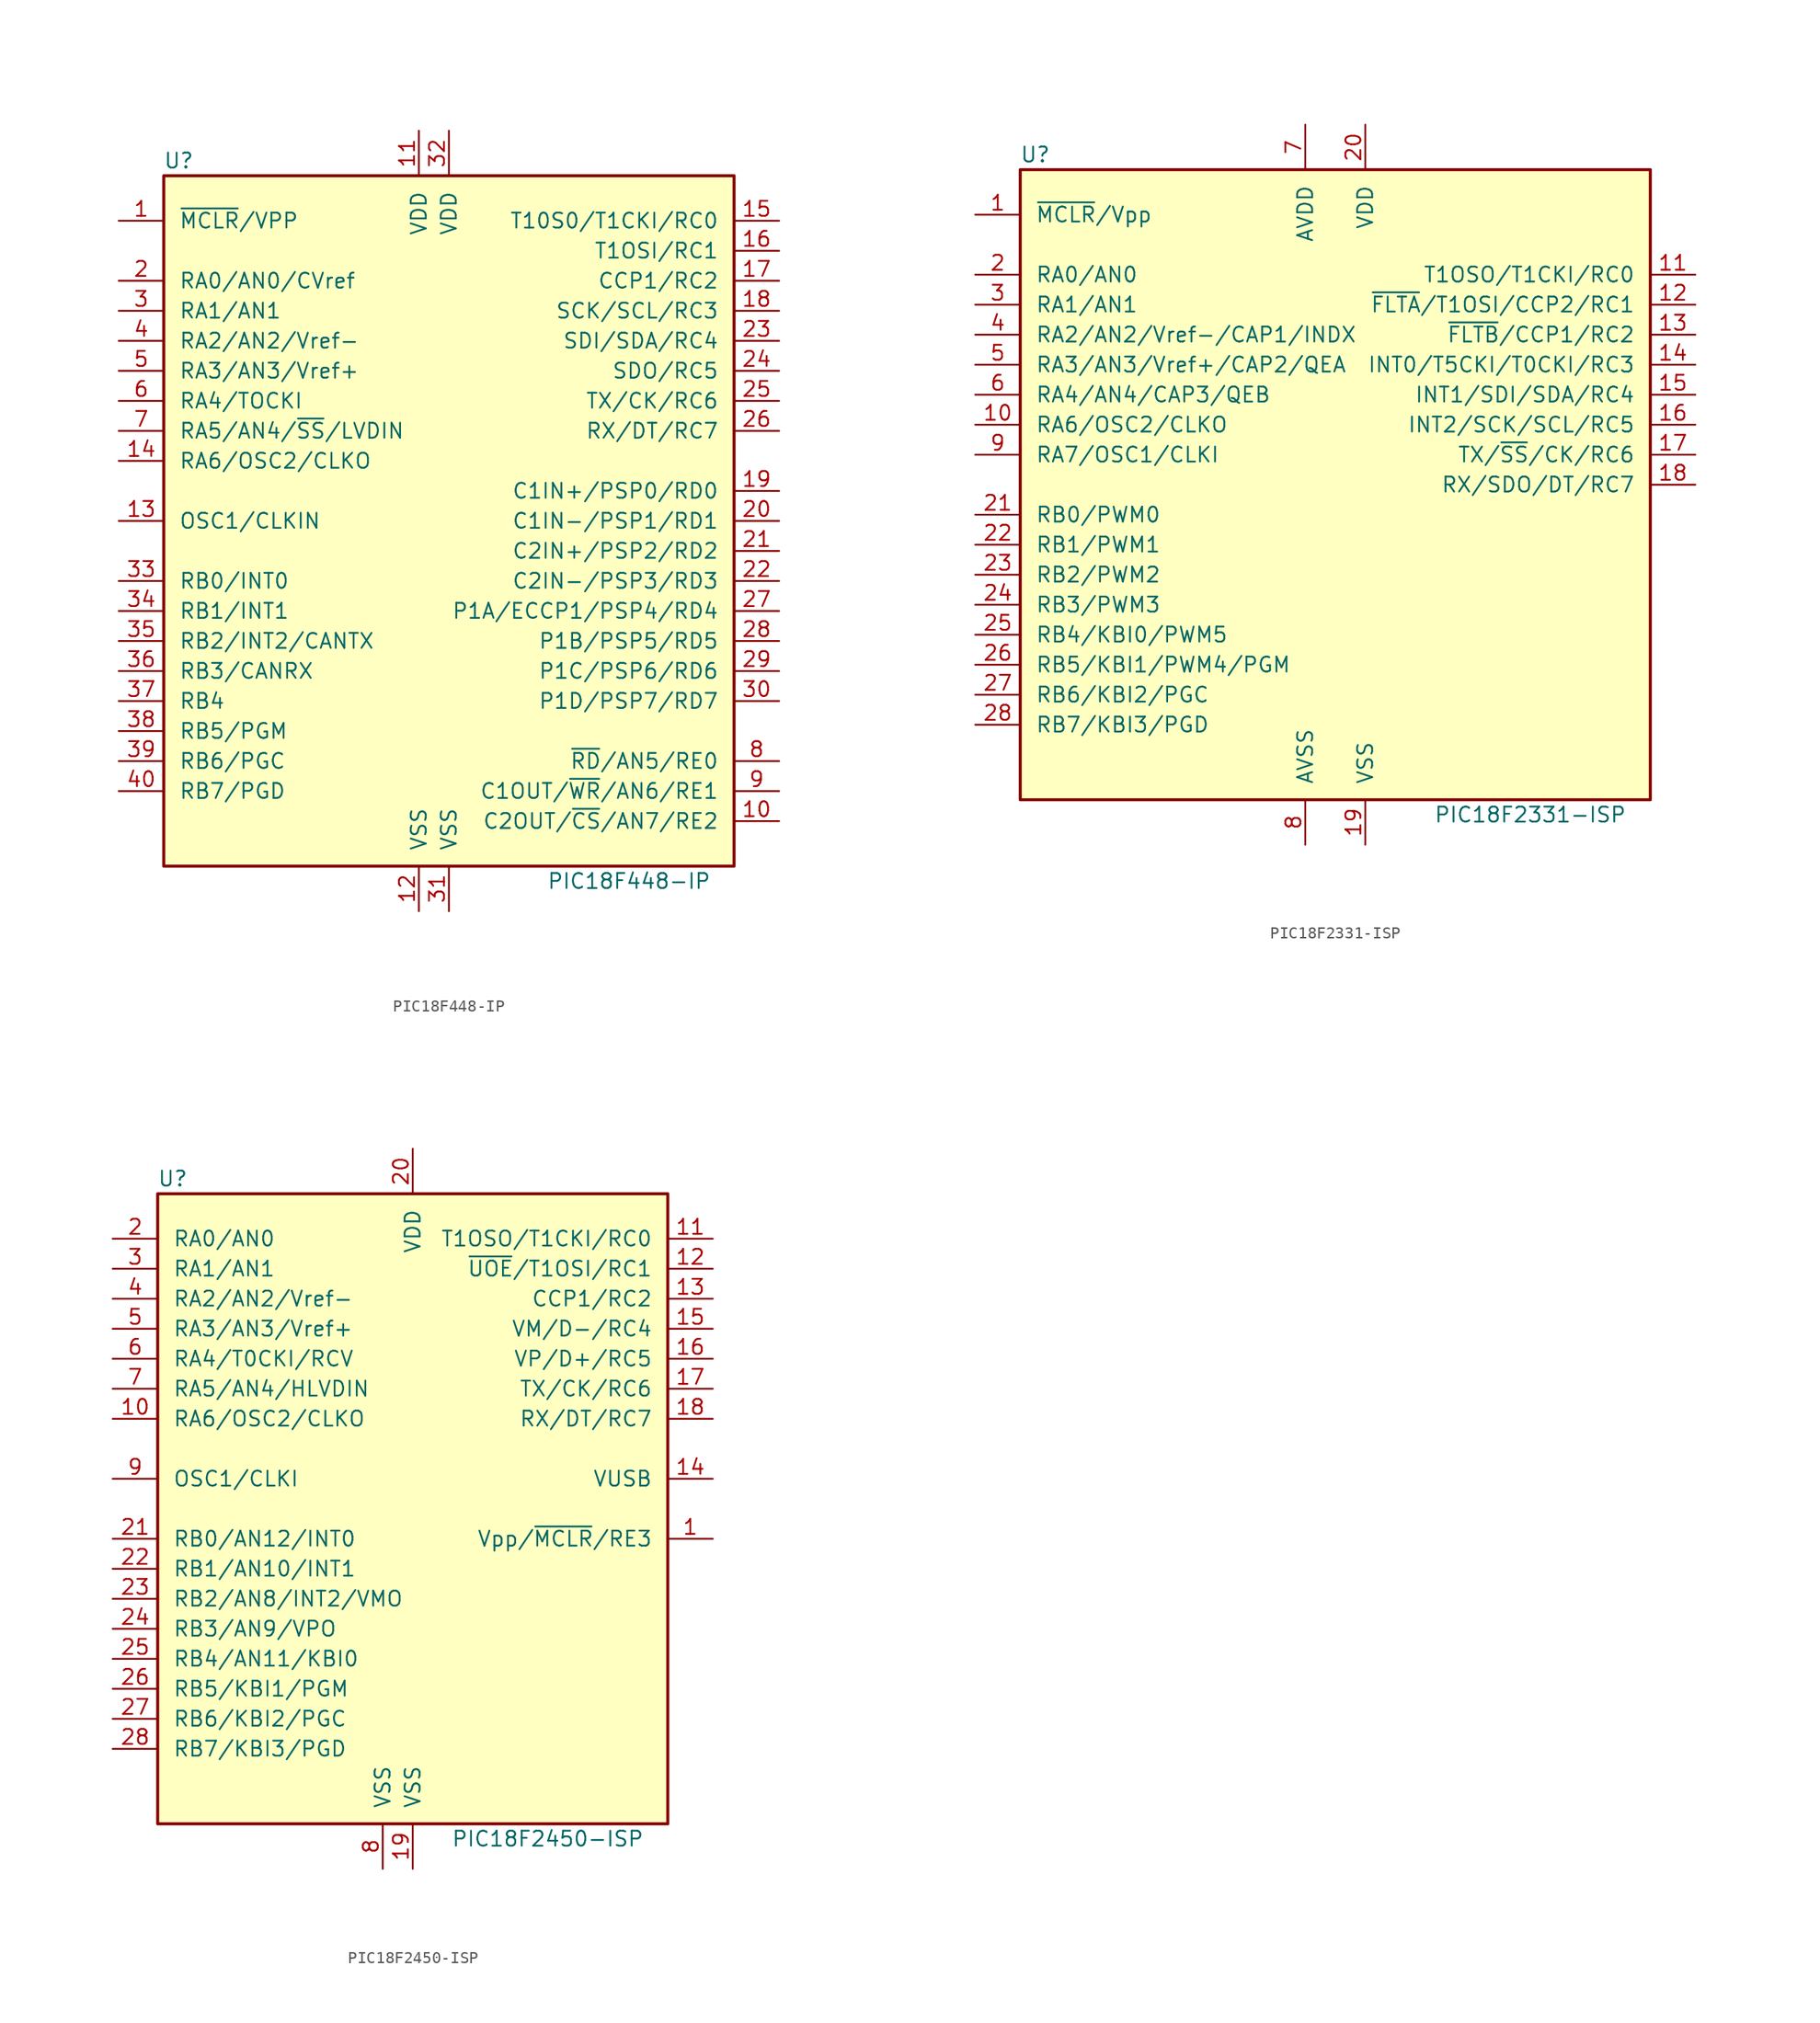
<source format=kicad_sym>
(kicad_symbol_lib
  (version 20200908)
  (generator kicad_symbol_editor)
  (symbol "MCU_Microchip_PIC18:PIC18F448-IP"
    (pin_names
      (offset 1.27))
    (property "Reference" "U"
      (at -22.86 30.48 0)
      (effects (font (size 1.27 1.27))))
    (property "Value" "PIC18F448-IP"
      (at 15.24 -30.48 0)
      (effects (font (size 1.27 1.27))))
    (symbol "PIC18F448-IP_0_1"
      (rectangle (start -24.13 -29.21) (end 24.13 29.21) (stroke (width 0.254)) (fill (type background))))
    (symbol "PIC18F448-IP_1_1"
      (pin input line (at -27.94 25.4 0) (length 3.81) (name "~MCLR~/VPP" (effects (font (size 1.27 1.27)))) (number "1" (effects (font (size 1.27 1.27)))))
      (pin bidirectional line (at 27.94 -25.4 180) (length 3.81) (name "C2OUT/~CS~/AN7/RE2" (effects (font (size 1.27 1.27)))) (number "10" (effects (font (size 1.27 1.27)))))
      (pin power_in line (at -2.54 33.02 270) (length 3.81) (name "VDD" (effects (font (size 1.27 1.27)))) (number "11" (effects (font (size 1.27 1.27)))))
      (pin power_in line (at -2.54 -33.02 90) (length 3.81) (name "VSS" (effects (font (size 1.27 1.27)))) (number "12" (effects (font (size 1.27 1.27)))))
      (pin input line (at -27.94 0 0) (length 3.81) (name "OSC1/CLKIN" (effects (font (size 1.27 1.27)))) (number "13" (effects (font (size 1.27 1.27)))))
      (pin output line (at -27.94 5.08 0) (length 3.81) (name "RA6/OSC2/CLKO" (effects (font (size 1.27 1.27)))) (number "14" (effects (font (size 1.27 1.27)))))
      (pin bidirectional line (at 27.94 25.4 180) (length 3.81) (name "T10S0/T1CKI/RC0" (effects (font (size 1.27 1.27)))) (number "15" (effects (font (size 1.27 1.27)))))
      (pin bidirectional line (at 27.94 22.86 180) (length 3.81) (name "T1OSI/RC1" (effects (font (size 1.27 1.27)))) (number "16" (effects (font (size 1.27 1.27)))))
      (pin bidirectional line (at 27.94 20.32 180) (length 3.81) (name "CCP1/RC2" (effects (font (size 1.27 1.27)))) (number "17" (effects (font (size 1.27 1.27)))))
      (pin bidirectional line (at 27.94 17.78 180) (length 3.81) (name "SCK/SCL/RC3" (effects (font (size 1.27 1.27)))) (number "18" (effects (font (size 1.27 1.27)))))
      (pin bidirectional line (at 27.94 2.54 180) (length 3.81) (name "C1IN+/PSP0/RD0" (effects (font (size 1.27 1.27)))) (number "19" (effects (font (size 1.27 1.27)))))
      (pin bidirectional line (at -27.94 20.32 0) (length 3.81) (name "RA0/AN0/CVref" (effects (font (size 1.27 1.27)))) (number "2" (effects (font (size 1.27 1.27)))))
      (pin bidirectional line (at 27.94 0 180) (length 3.81) (name "C1IN-/PSP1/RD1" (effects (font (size 1.27 1.27)))) (number "20" (effects (font (size 1.27 1.27)))))
      (pin bidirectional line (at 27.94 -2.54 180) (length 3.81) (name "C2IN+/PSP2/RD2" (effects (font (size 1.27 1.27)))) (number "21" (effects (font (size 1.27 1.27)))))
      (pin bidirectional line (at 27.94 -5.08 180) (length 3.81) (name "C2IN-/PSP3/RD3" (effects (font (size 1.27 1.27)))) (number "22" (effects (font (size 1.27 1.27)))))
      (pin bidirectional line (at 27.94 15.24 180) (length 3.81) (name "SDI/SDA/RC4" (effects (font (size 1.27 1.27)))) (number "23" (effects (font (size 1.27 1.27)))))
      (pin bidirectional line (at 27.94 12.7 180) (length 3.81) (name "SDO/RC5" (effects (font (size 1.27 1.27)))) (number "24" (effects (font (size 1.27 1.27)))))
      (pin bidirectional line (at 27.94 10.16 180) (length 3.81) (name "TX/CK/RC6" (effects (font (size 1.27 1.27)))) (number "25" (effects (font (size 1.27 1.27)))))
      (pin bidirectional line (at 27.94 7.62 180) (length 3.81) (name "RX/DT/RC7" (effects (font (size 1.27 1.27)))) (number "26" (effects (font (size 1.27 1.27)))))
      (pin bidirectional line (at 27.94 -7.62 180) (length 3.81) (name "P1A/ECCP1/PSP4/RD4" (effects (font (size 1.27 1.27)))) (number "27" (effects (font (size 1.27 1.27)))))
      (pin bidirectional line (at 27.94 -10.16 180) (length 3.81) (name "P1B/PSP5/RD5" (effects (font (size 1.27 1.27)))) (number "28" (effects (font (size 1.27 1.27)))))
      (pin bidirectional line (at 27.94 -12.7 180) (length 3.81) (name "P1C/PSP6/RD6" (effects (font (size 1.27 1.27)))) (number "29" (effects (font (size 1.27 1.27)))))
      (pin bidirectional line (at -27.94 17.78 0) (length 3.81) (name "RA1/AN1" (effects (font (size 1.27 1.27)))) (number "3" (effects (font (size 1.27 1.27)))))
      (pin bidirectional line (at 27.94 -15.24 180) (length 3.81) (name "P1D/PSP7/RD7" (effects (font (size 1.27 1.27)))) (number "30" (effects (font (size 1.27 1.27)))))
      (pin power_in line (at 0 -33.02 90) (length 3.81) (name "VSS" (effects (font (size 1.27 1.27)))) (number "31" (effects (font (size 1.27 1.27)))))
      (pin power_in line (at 0 33.02 270) (length 3.81) (name "VDD" (effects (font (size 1.27 1.27)))) (number "32" (effects (font (size 1.27 1.27)))))
      (pin bidirectional line (at -27.94 -5.08 0) (length 3.81) (name "RB0/INT0" (effects (font (size 1.27 1.27)))) (number "33" (effects (font (size 1.27 1.27)))))
      (pin bidirectional line (at -27.94 -7.62 0) (length 3.81) (name "RB1/INT1" (effects (font (size 1.27 1.27)))) (number "34" (effects (font (size 1.27 1.27)))))
      (pin bidirectional line (at -27.94 -10.16 0) (length 3.81) (name "RB2/INT2/CANTX" (effects (font (size 1.27 1.27)))) (number "35" (effects (font (size 1.27 1.27)))))
      (pin bidirectional line (at -27.94 -12.7 0) (length 3.81) (name "RB3/CANRX" (effects (font (size 1.27 1.27)))) (number "36" (effects (font (size 1.27 1.27)))))
      (pin bidirectional line (at -27.94 -15.24 0) (length 3.81) (name "RB4" (effects (font (size 1.27 1.27)))) (number "37" (effects (font (size 1.27 1.27)))))
      (pin bidirectional line (at -27.94 -17.78 0) (length 3.81) (name "RB5/PGM" (effects (font (size 1.27 1.27)))) (number "38" (effects (font (size 1.27 1.27)))))
      (pin bidirectional line (at -27.94 -20.32 0) (length 3.81) (name "RB6/PGC" (effects (font (size 1.27 1.27)))) (number "39" (effects (font (size 1.27 1.27)))))
      (pin bidirectional line (at -27.94 15.24 0) (length 3.81) (name "RA2/AN2/Vref-" (effects (font (size 1.27 1.27)))) (number "4" (effects (font (size 1.27 1.27)))))
      (pin bidirectional line (at -27.94 -22.86 0) (length 3.81) (name "RB7/PGD" (effects (font (size 1.27 1.27)))) (number "40" (effects (font (size 1.27 1.27)))))
      (pin bidirectional line (at -27.94 12.7 0) (length 3.81) (name "RA3/AN3/Vref+" (effects (font (size 1.27 1.27)))) (number "5" (effects (font (size 1.27 1.27)))))
      (pin bidirectional line (at -27.94 10.16 0) (length 3.81) (name "RA4/TOCKI" (effects (font (size 1.27 1.27)))) (number "6" (effects (font (size 1.27 1.27)))))
      (pin bidirectional line (at -27.94 7.62 0) (length 3.81) (name "RA5/AN4/~SS~/LVDIN" (effects (font (size 1.27 1.27)))) (number "7" (effects (font (size 1.27 1.27)))))
      (pin bidirectional line (at 27.94 -20.32 180) (length 3.81) (name "~RD~/AN5/RE0" (effects (font (size 1.27 1.27)))) (number "8" (effects (font (size 1.27 1.27)))))
      (pin bidirectional line (at 27.94 -22.86 180) (length 3.81) (name "C1OUT/~WR~/AN6/RE1" (effects (font (size 1.27 1.27)))) (number "9" (effects (font (size 1.27 1.27)))))))
  (symbol "MCU_Microchip_PIC18:PIC18F2331-ISP"
    (pin_names
      (offset 1.27))
    (property "Reference" "U"
      (at -25.4 27.94 0)
      (effects (font (size 1.27 1.27))))
    (property "Value" "PIC18F2331-ISP"
      (at 16.51 -27.94 0)
      (effects (font (size 1.27 1.27))))
    (symbol "PIC18F2331-ISP_0_1"
      (rectangle (start -26.67 26.67) (end 26.67 -26.67) (stroke (width 0.254)) (fill (type background))))
    (symbol "PIC18F2331-ISP_1_1"
      (pin input line (at -30.48 22.86 0) (length 3.81) (name "~MCLR~/Vpp" (effects (font (size 1.27 1.27)))) (number "1" (effects (font (size 1.27 1.27)))))
      (pin bidirectional line (at -30.48 5.08 0) (length 3.81) (name "RA6/OSC2/CLKO" (effects (font (size 1.27 1.27)))) (number "10" (effects (font (size 1.27 1.27)))))
      (pin bidirectional line (at 30.48 17.78 180) (length 3.81) (name "T1OSO/T1CKI/RC0" (effects (font (size 1.27 1.27)))) (number "11" (effects (font (size 1.27 1.27)))))
      (pin bidirectional line (at 30.48 15.24 180) (length 3.81) (name "~FLTA~/T1OSI/CCP2/RC1" (effects (font (size 1.27 1.27)))) (number "12" (effects (font (size 1.27 1.27)))))
      (pin bidirectional line (at 30.48 12.7 180) (length 3.81) (name "~FLTB~/CCP1/RC2" (effects (font (size 1.27 1.27)))) (number "13" (effects (font (size 1.27 1.27)))))
      (pin bidirectional line (at 30.48 10.16 180) (length 3.81) (name "INT0/T5CKI/T0CKI/RC3" (effects (font (size 1.27 1.27)))) (number "14" (effects (font (size 1.27 1.27)))))
      (pin bidirectional line (at 30.48 7.62 180) (length 3.81) (name "INT1/SDI/SDA/RC4" (effects (font (size 1.27 1.27)))) (number "15" (effects (font (size 1.27 1.27)))))
      (pin bidirectional line (at 30.48 5.08 180) (length 3.81) (name "INT2/SCK/SCL/RC5" (effects (font (size 1.27 1.27)))) (number "16" (effects (font (size 1.27 1.27)))))
      (pin bidirectional line (at 30.48 2.54 180) (length 3.81) (name "TX/~SS~/CK/RC6" (effects (font (size 1.27 1.27)))) (number "17" (effects (font (size 1.27 1.27)))))
      (pin bidirectional line (at 30.48 0 180) (length 3.81) (name "RX/SDO/DT/RC7" (effects (font (size 1.27 1.27)))) (number "18" (effects (font (size 1.27 1.27)))))
      (pin power_in line (at 2.54 -30.48 90) (length 3.81) (name "VSS" (effects (font (size 1.27 1.27)))) (number "19" (effects (font (size 1.27 1.27)))))
      (pin bidirectional line (at -30.48 17.78 0) (length 3.81) (name "RA0/AN0" (effects (font (size 1.27 1.27)))) (number "2" (effects (font (size 1.27 1.27)))))
      (pin power_in line (at 2.54 30.48 270) (length 3.81) (name "VDD" (effects (font (size 1.27 1.27)))) (number "20" (effects (font (size 1.27 1.27)))))
      (pin bidirectional line (at -30.48 -2.54 0) (length 3.81) (name "RB0/PWM0" (effects (font (size 1.27 1.27)))) (number "21" (effects (font (size 1.27 1.27)))))
      (pin bidirectional line (at -30.48 -5.08 0) (length 3.81) (name "RB1/PWM1" (effects (font (size 1.27 1.27)))) (number "22" (effects (font (size 1.27 1.27)))))
      (pin bidirectional line (at -30.48 -7.62 0) (length 3.81) (name "RB2/PWM2" (effects (font (size 1.27 1.27)))) (number "23" (effects (font (size 1.27 1.27)))))
      (pin bidirectional line (at -30.48 -10.16 0) (length 3.81) (name "RB3/PWM3" (effects (font (size 1.27 1.27)))) (number "24" (effects (font (size 1.27 1.27)))))
      (pin bidirectional line (at -30.48 -12.7 0) (length 3.81) (name "RB4/KBI0/PWM5" (effects (font (size 1.27 1.27)))) (number "25" (effects (font (size 1.27 1.27)))))
      (pin bidirectional line (at -30.48 -15.24 0) (length 3.81) (name "RB5/KBI1/PWM4/PGM" (effects (font (size 1.27 1.27)))) (number "26" (effects (font (size 1.27 1.27)))))
      (pin bidirectional line (at -30.48 -17.78 0) (length 3.81) (name "RB6/KBI2/PGC" (effects (font (size 1.27 1.27)))) (number "27" (effects (font (size 1.27 1.27)))))
      (pin bidirectional line (at -30.48 -20.32 0) (length 3.81) (name "RB7/KBI3/PGD" (effects (font (size 1.27 1.27)))) (number "28" (effects (font (size 1.27 1.27)))))
      (pin bidirectional line (at -30.48 15.24 0) (length 3.81) (name "RA1/AN1" (effects (font (size 1.27 1.27)))) (number "3" (effects (font (size 1.27 1.27)))))
      (pin bidirectional line (at -30.48 12.7 0) (length 3.81) (name "RA2/AN2/Vref-/CAP1/INDX" (effects (font (size 1.27 1.27)))) (number "4" (effects (font (size 1.27 1.27)))))
      (pin bidirectional line (at -30.48 10.16 0) (length 3.81) (name "RA3/AN3/Vref+/CAP2/QEA" (effects (font (size 1.27 1.27)))) (number "5" (effects (font (size 1.27 1.27)))))
      (pin bidirectional line (at -30.48 7.62 0) (length 3.81) (name "RA4/AN4/CAP3/QEB" (effects (font (size 1.27 1.27)))) (number "6" (effects (font (size 1.27 1.27)))))
      (pin power_in line (at -2.54 30.48 270) (length 3.81) (name "AVDD" (effects (font (size 1.27 1.27)))) (number "7" (effects (font (size 1.27 1.27)))))
      (pin power_in line (at -2.54 -30.48 90) (length 3.81) (name "AVSS" (effects (font (size 1.27 1.27)))) (number "8" (effects (font (size 1.27 1.27)))))
      (pin bidirectional line (at -30.48 2.54 0) (length 3.81) (name "RA7/OSC1/CLKI" (effects (font (size 1.27 1.27)))) (number "9" (effects (font (size 1.27 1.27)))))))
  (symbol "MCU_Microchip_PIC18:PIC18F2450-ISP"
    (pin_names
      (offset 1.27))
    (property "Reference" "U"
      (at -20.32 27.94 0)
      (effects (font (size 1.27 1.27))))
    (property "Value" "PIC18F2450-ISP"
      (at 11.43 -27.94 0)
      (effects (font (size 1.27 1.27))))
    (symbol "PIC18F2450-ISP_0_1"
      (rectangle (start -21.59 26.67) (end 21.59 -26.67) (stroke (width 0.254)) (fill (type background))))
    (symbol "PIC18F2450-ISP_1_1"
      (pin input line (at 25.4 -2.54 180) (length 3.81) (name "Vpp/~MCLR~/RE3" (effects (font (size 1.27 1.27)))) (number "1" (effects (font (size 1.27 1.27)))))
      (pin output line (at -25.4 7.62 0) (length 3.81) (name "RA6/OSC2/CLKO" (effects (font (size 1.27 1.27)))) (number "10" (effects (font (size 1.27 1.27)))))
      (pin bidirectional line (at 25.4 22.86 180) (length 3.81) (name "T1OSO/T1CKI/RC0" (effects (font (size 1.27 1.27)))) (number "11" (effects (font (size 1.27 1.27)))))
      (pin bidirectional line (at 25.4 20.32 180) (length 3.81) (name "~UOE~/T1OSI/RC1" (effects (font (size 1.27 1.27)))) (number "12" (effects (font (size 1.27 1.27)))))
      (pin bidirectional line (at 25.4 17.78 180) (length 3.81) (name "CCP1/RC2" (effects (font (size 1.27 1.27)))) (number "13" (effects (font (size 1.27 1.27)))))
      (pin bidirectional line (at 25.4 2.54 180) (length 3.81) (name "VUSB" (effects (font (size 1.27 1.27)))) (number "14" (effects (font (size 1.27 1.27)))))
      (pin bidirectional line (at 25.4 15.24 180) (length 3.81) (name "VM/D-/RC4" (effects (font (size 1.27 1.27)))) (number "15" (effects (font (size 1.27 1.27)))))
      (pin bidirectional line (at 25.4 12.7 180) (length 3.81) (name "VP/D+/RC5" (effects (font (size 1.27 1.27)))) (number "16" (effects (font (size 1.27 1.27)))))
      (pin bidirectional line (at 25.4 10.16 180) (length 3.81) (name "TX/CK/RC6" (effects (font (size 1.27 1.27)))) (number "17" (effects (font (size 1.27 1.27)))))
      (pin bidirectional line (at 25.4 7.62 180) (length 3.81) (name "RX/DT/RC7" (effects (font (size 1.27 1.27)))) (number "18" (effects (font (size 1.27 1.27)))))
      (pin power_in line (at 0 -30.48 90) (length 3.81) (name "VSS" (effects (font (size 1.27 1.27)))) (number "19" (effects (font (size 1.27 1.27)))))
      (pin bidirectional line (at -25.4 22.86 0) (length 3.81) (name "RA0/AN0" (effects (font (size 1.27 1.27)))) (number "2" (effects (font (size 1.27 1.27)))))
      (pin power_in line (at 0 30.48 270) (length 3.81) (name "VDD" (effects (font (size 1.27 1.27)))) (number "20" (effects (font (size 1.27 1.27)))))
      (pin bidirectional line (at -25.4 -2.54 0) (length 3.81) (name "RB0/AN12/INT0" (effects (font (size 1.27 1.27)))) (number "21" (effects (font (size 1.27 1.27)))))
      (pin bidirectional line (at -25.4 -5.08 0) (length 3.81) (name "RB1/AN10/INT1" (effects (font (size 1.27 1.27)))) (number "22" (effects (font (size 1.27 1.27)))))
      (pin bidirectional line (at -25.4 -7.62 0) (length 3.81) (name "RB2/AN8/INT2/VMO" (effects (font (size 1.27 1.27)))) (number "23" (effects (font (size 1.27 1.27)))))
      (pin bidirectional line (at -25.4 -10.16 0) (length 3.81) (name "RB3/AN9/VPO" (effects (font (size 1.27 1.27)))) (number "24" (effects (font (size 1.27 1.27)))))
      (pin bidirectional line (at -25.4 -12.7 0) (length 3.81) (name "RB4/AN11/KBI0" (effects (font (size 1.27 1.27)))) (number "25" (effects (font (size 1.27 1.27)))))
      (pin bidirectional line (at -25.4 -15.24 0) (length 3.81) (name "RB5/KBI1/PGM" (effects (font (size 1.27 1.27)))) (number "26" (effects (font (size 1.27 1.27)))))
      (pin bidirectional line (at -25.4 -17.78 0) (length 3.81) (name "RB6/KBI2/PGC" (effects (font (size 1.27 1.27)))) (number "27" (effects (font (size 1.27 1.27)))))
      (pin bidirectional line (at -25.4 -20.32 0) (length 3.81) (name "RB7/KBI3/PGD" (effects (font (size 1.27 1.27)))) (number "28" (effects (font (size 1.27 1.27)))))
      (pin bidirectional line (at -25.4 20.32 0) (length 3.81) (name "RA1/AN1" (effects (font (size 1.27 1.27)))) (number "3" (effects (font (size 1.27 1.27)))))
      (pin bidirectional line (at -25.4 17.78 0) (length 3.81) (name "RA2/AN2/Vref-" (effects (font (size 1.27 1.27)))) (number "4" (effects (font (size 1.27 1.27)))))
      (pin bidirectional line (at -25.4 15.24 0) (length 3.81) (name "RA3/AN3/Vref+" (effects (font (size 1.27 1.27)))) (number "5" (effects (font (size 1.27 1.27)))))
      (pin bidirectional line (at -25.4 12.7 0) (length 3.81) (name "RA4/T0CKI/RCV" (effects (font (size 1.27 1.27)))) (number "6" (effects (font (size 1.27 1.27)))))
      (pin bidirectional line (at -25.4 10.16 0) (length 3.81) (name "RA5/AN4/HLVDIN" (effects (font (size 1.27 1.27)))) (number "7" (effects (font (size 1.27 1.27)))))
      (pin power_in line (at -2.54 -30.48 90) (length 3.81) (name "VSS" (effects (font (size 1.27 1.27)))) (number "8" (effects (font (size 1.27 1.27)))))
      (pin input line (at -25.4 2.54 0) (length 3.81) (name "OSC1/CLKI" (effects (font (size 1.27 1.27)))) (number "9" (effects (font (size 1.27 1.27))))))))
</source>
